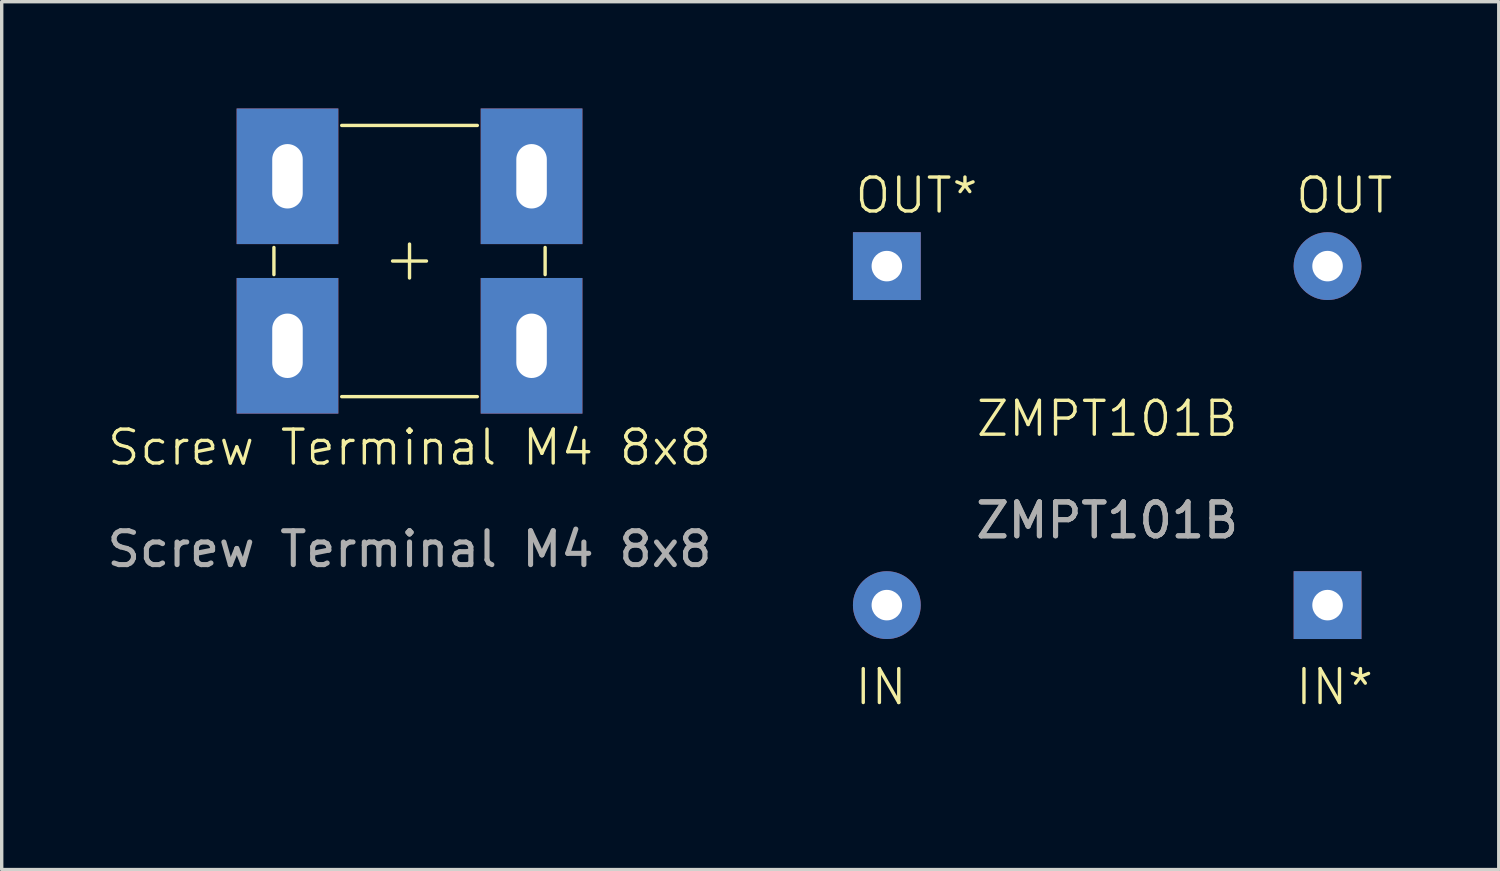
<source format=kicad_pcb>
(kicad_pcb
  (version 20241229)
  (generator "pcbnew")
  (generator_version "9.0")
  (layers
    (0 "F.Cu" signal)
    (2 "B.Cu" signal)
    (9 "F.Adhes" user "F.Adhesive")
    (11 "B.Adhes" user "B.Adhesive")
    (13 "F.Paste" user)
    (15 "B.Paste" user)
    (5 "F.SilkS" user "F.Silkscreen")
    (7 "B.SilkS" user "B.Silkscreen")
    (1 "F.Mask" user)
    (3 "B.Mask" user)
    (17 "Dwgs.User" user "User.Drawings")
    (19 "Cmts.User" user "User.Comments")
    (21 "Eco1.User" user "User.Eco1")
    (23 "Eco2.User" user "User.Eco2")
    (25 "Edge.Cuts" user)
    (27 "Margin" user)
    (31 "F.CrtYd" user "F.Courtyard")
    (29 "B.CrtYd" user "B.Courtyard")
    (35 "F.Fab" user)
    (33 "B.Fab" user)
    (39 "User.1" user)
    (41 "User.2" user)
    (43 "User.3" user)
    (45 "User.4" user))
  (footprint "ZMPT101B"
    (layer "F.Cu")
    (at 29.61 9.8)
    (property "Reference" "ZMPT101B" (at 0 -0.5 0) (unlocked yes) (layer "F.SilkS") (effects (font (size 1 1) (thickness 0.1))))
    (attr through_hole)
    (fp_rect (start -8.5 -9.75) (end 8.5 9.75) (stroke (width 0.1) (type default)) (fill no) (layer "Margin"))
    (fp_text user "OUT" (at 5.5 -6.5 0) (unlocked yes) (layer "F.SilkS") (effects (font (size 1 1) (thickness 0.1)) (justify left bottom)))
    (fp_text user "IN*" (at 5.5 8 0) (unlocked yes) (layer "F.SilkS") (effects (font (size 1 1) (thickness 0.1)) (justify left bottom)))
    (fp_text user "OUT*" (at -7.5 -6.5 0) (unlocked yes) (layer "F.SilkS") (effects (font (size 1 1) (thickness 0.1)) (justify left bottom)))
    (fp_text user "IN" (at -7.5 8 0) (unlocked yes) (layer "F.SilkS") (effects (font (size 1 1) (thickness 0.1)) (justify left bottom)))
    (fp_text user "${REFERENCE}" (at 0 2.5 0) (unlocked yes) (layer "F.Fab") (effects (font (size 1 1) (thickness 0.15))))
    (fp_text user "${REFERENCE}" (at 0 2.5 0) (unlocked yes) (layer "F.Fab") (effects (font (size 1 1) (thickness 0.15))))
    (pad "1" thru_hole rect (at 6.5 5) (size 2 2) (drill 0.9) (layers "*.Cu" "*.Mask"))
    (pad "2" thru_hole circle (at -6.5 5) (size 2 2) (drill 0.9) (layers "*.Cu" "*.Mask"))
    (pad "3" thru_hole rect (at -6.5 -5) (size 2 2) (drill 0.9) (layers "*.Cu" "*.Mask" "B.Adhes"))
    (pad "4" thru_hole circle (at 6.5 -5) (size 2 2) (drill 0.9) (layers "*.Cu" "*.Mask")))
  (footprint "Screw Terminal M4 8x8"
    (layer "F.Cu")
    (at 9.03 10.65)
    (property "Reference" "Screw Terminal M4 8x8" (at 0 -0.5 0) (unlocked yes) (layer "F.SilkS") (effects (font (size 1 1) (thickness 0.1))))
    (attr smd)
    (fp_line (start -4 -5.6) (end -4 -6.4) (stroke (width 0.1) (type default)) (layer "F.SilkS"))
    (fp_line (start -2 -10) (end 2 -10) (stroke (width 0.1) (type default)) (layer "F.SilkS"))
    (fp_line (start -2 -2) (end 2 -2) (stroke (width 0.1) (type default)) (layer "F.SilkS"))
    (fp_line (start -0.5 -6) (end 0.5 -6) (stroke (width 0.1) (type default)) (layer "F.SilkS"))
    (fp_line (start 0 -5.5) (end 0 -6.5) (stroke (width 0.1) (type default)) (layer "F.SilkS"))
    (fp_line (start 4 -5.6) (end 4 -6.4) (stroke (width 0.1) (type default)) (layer "F.SilkS"))
    (fp_rect (start -5.2 -10.6) (end 5.2 -1.4) (stroke (width 0.1) (type default)) (fill no) (layer "Margin"))
    (fp_text user "${REFERENCE}" (at 0 2.5 0) (unlocked yes) (layer "F.Fab") (effects (font (size 1 1) (thickness 0.15))))
    (pad "1" thru_hole rect (at -3.6 -8.5 90) (size 4 3) (drill oval 1.9 0.9) (layers "*.Cu" "*.Mask"))
    (pad "1" thru_hole rect (at -3.6 -3.5 90) (size 4 3) (drill oval 1.9 0.9) (layers "*.Cu" "*.Mask"))
    (pad "1" thru_hole rect (at 3.6 -8.5 90) (size 4 3) (drill oval 1.9 0.9) (layers "*.Cu" "*.Mask"))
    (pad "1" thru_hole rect (at 3.6 -3.5 90) (size 4 3) (drill oval 1.9 0.9) (layers "*.Cu" "*.Mask")))
  (gr_rect
    (start -3 -3)
    (end 41.16 22.6)
    (stroke (width 0.1) (type default))
    (fill no)
    (layer "Edge.Cuts")))
</source>
